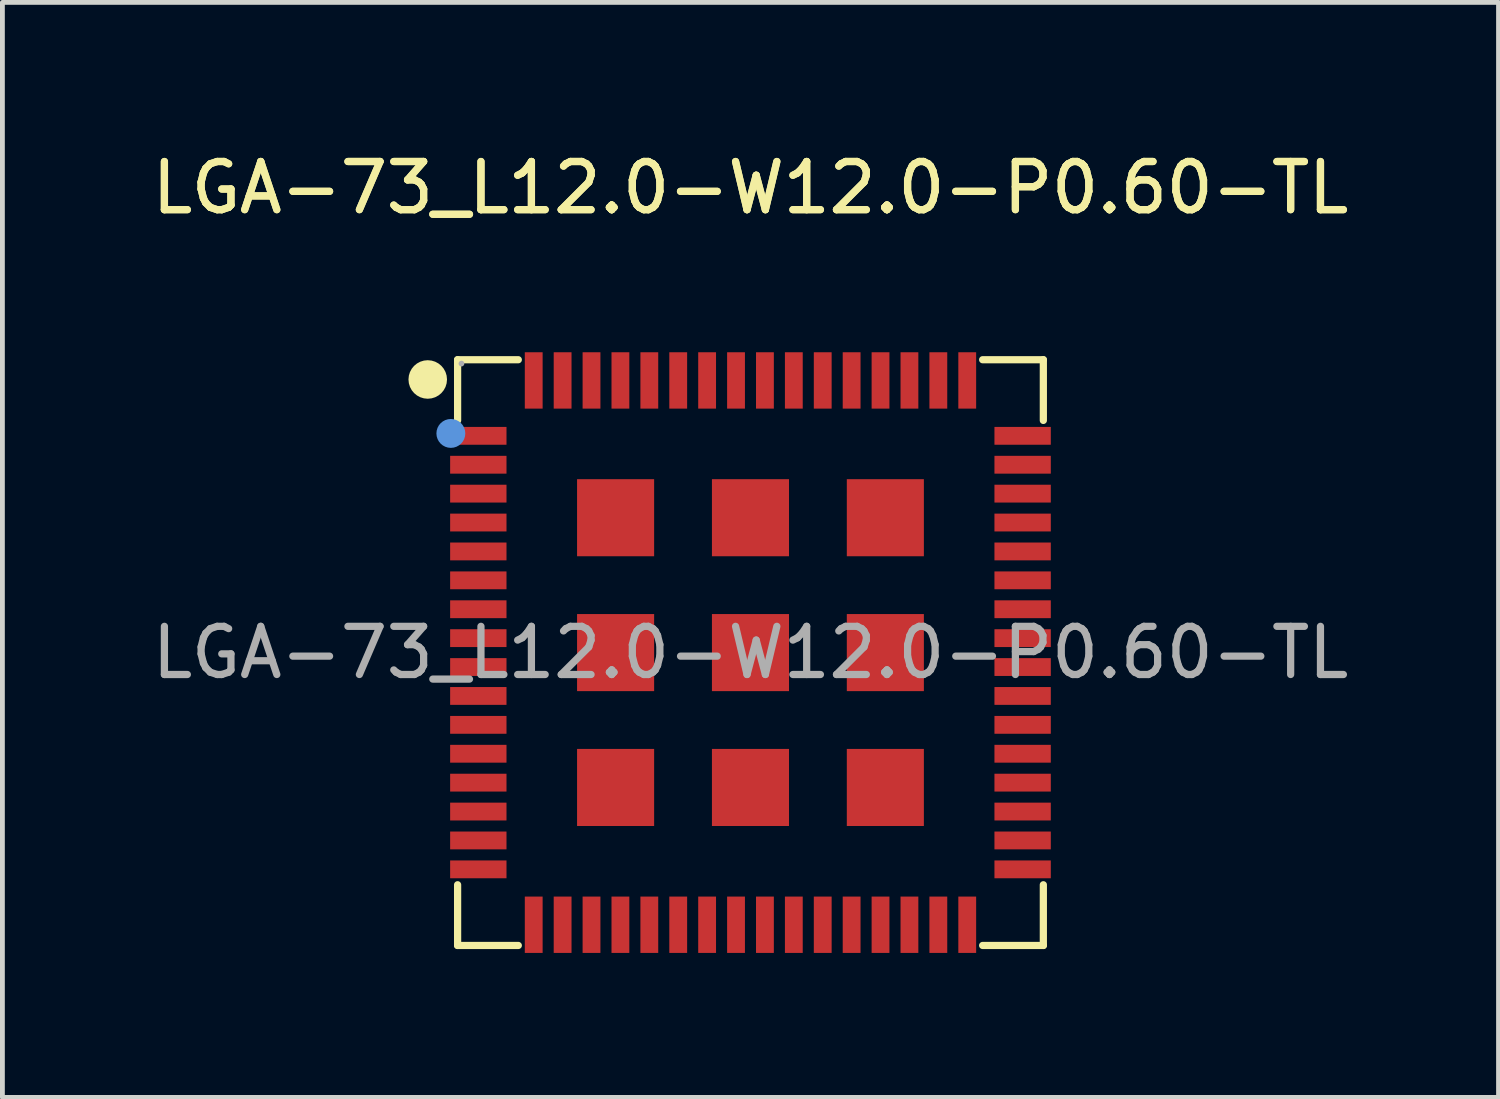
<source format=kicad_pcb>
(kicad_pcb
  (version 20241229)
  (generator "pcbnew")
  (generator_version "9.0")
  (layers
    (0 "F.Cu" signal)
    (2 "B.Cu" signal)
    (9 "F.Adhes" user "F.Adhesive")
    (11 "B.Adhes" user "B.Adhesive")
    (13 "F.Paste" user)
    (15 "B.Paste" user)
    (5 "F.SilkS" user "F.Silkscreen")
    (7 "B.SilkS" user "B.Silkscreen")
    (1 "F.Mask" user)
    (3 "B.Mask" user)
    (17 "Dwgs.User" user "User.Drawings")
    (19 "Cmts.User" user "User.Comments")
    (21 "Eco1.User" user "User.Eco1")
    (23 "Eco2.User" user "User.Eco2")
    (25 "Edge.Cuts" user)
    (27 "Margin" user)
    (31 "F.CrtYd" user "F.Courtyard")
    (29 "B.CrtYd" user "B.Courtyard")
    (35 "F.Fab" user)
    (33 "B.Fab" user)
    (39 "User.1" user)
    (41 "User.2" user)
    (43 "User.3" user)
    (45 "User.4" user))
  (footprint "LGA-73_L12.0-W12.0-P0.60-TL"
    (layer "F.Cu")
    (at 12.53 10.498)
    (property "Reference" "LGA-73_L12.0-W12.0-P0.60-TL" (at 0 -9.65 0) (layer "F.SilkS") (effects (font (size 1 1) (thickness 0.15))))
    (attr through_hole)
    (fp_line (start -6.08 -6.08) (end -4.82 -6.08) (stroke (width 0.15) (type solid)) (layer "F.SilkS"))
    (fp_line (start -6.08 -4.82) (end -6.08 -6.08) (stroke (width 0.15) (type solid)) (layer "F.SilkS"))
    (fp_line (start -6.08 4.82) (end -6.08 6.08) (stroke (width 0.15) (type solid)) (layer "F.SilkS"))
    (fp_line (start -6.08 6.08) (end -4.82 6.08) (stroke (width 0.15) (type solid)) (layer "F.SilkS"))
    (fp_line (start 6.08 -6.08) (end 4.82 -6.08) (stroke (width 0.15) (type solid)) (layer "F.SilkS"))
    (fp_line (start 6.08 -4.82) (end 6.08 -6.08) (stroke (width 0.15) (type solid)) (layer "F.SilkS"))
    (fp_line (start 6.08 4.82) (end 6.08 6.08) (stroke (width 0.15) (type solid)) (layer "F.SilkS"))
    (fp_line (start 6.08 6.08) (end 4.82 6.08) (stroke (width 0.15) (type solid)) (layer "F.SilkS"))
    (fp_circle (center -6.7 -5.67) (end -6.5 -5.67) (stroke (width 0.4) (type solid)) (fill no) (layer "F.SilkS"))
    (fp_circle (center -6.22 -4.55) (end -6.07 -4.55) (stroke (width 0.3) (type solid)) (fill no) (layer "Cmts.User"))
    (fp_circle (center -6 -6) (end -5.97 -6) (stroke (width 0.06) (type solid)) (fill no) (layer "F.Fab"))
    (fp_text user "${REFERENCE}" (at 0 -9.65 0) (layer "F.SilkS") (effects (font (size 1 1) (thickness 0.15))))
    (fp_text user "${REFERENCE}" (at 0 0 0) (layer "F.Fab") (effects (font (size 1 1) (thickness 0.15))))
    (pad "1" smd rect (at -5.65 -4.5) (size 1.17 0.37) (layers "F.Cu" "F.Mask" "F.Paste"))
    (pad "2" smd rect (at -5.65 -3.9) (size 1.17 0.37) (layers "F.Cu" "F.Mask" "F.Paste"))
    (pad "3" smd rect (at -5.65 -3.3) (size 1.17 0.37) (layers "F.Cu" "F.Mask" "F.Paste"))
    (pad "4" smd rect (at -5.65 -2.7) (size 1.17 0.37) (layers "F.Cu" "F.Mask" "F.Paste"))
    (pad "5" smd rect (at -5.65 -2.1) (size 1.17 0.37) (layers "F.Cu" "F.Mask" "F.Paste"))
    (pad "6" smd rect (at -5.65 -1.5) (size 1.17 0.37) (layers "F.Cu" "F.Mask" "F.Paste"))
    (pad "7" smd rect (at -5.65 -0.9) (size 1.17 0.37) (layers "F.Cu" "F.Mask" "F.Paste"))
    (pad "8" smd rect (at -5.65 -0.3) (size 1.17 0.37) (layers "F.Cu" "F.Mask" "F.Paste"))
    (pad "9" smd rect (at -5.65 0.3) (size 1.17 0.37) (layers "F.Cu" "F.Mask" "F.Paste"))
    (pad "10" smd rect (at -5.65 0.9) (size 1.17 0.37) (layers "F.Cu" "F.Mask" "F.Paste"))
    (pad "11" smd rect (at -5.65 1.5) (size 1.17 0.37) (layers "F.Cu" "F.Mask" "F.Paste"))
    (pad "12" smd rect (at -5.65 2.1) (size 1.17 0.37) (layers "F.Cu" "F.Mask" "F.Paste"))
    (pad "13" smd rect (at -5.65 2.7) (size 1.17 0.37) (layers "F.Cu" "F.Mask" "F.Paste"))
    (pad "14" smd rect (at -5.65 3.3) (size 1.17 0.37) (layers "F.Cu" "F.Mask" "F.Paste"))
    (pad "15" smd rect (at -5.65 3.9) (size 1.17 0.37) (layers "F.Cu" "F.Mask" "F.Paste"))
    (pad "16" smd rect (at -5.65 4.5) (size 1.17 0.37) (layers "F.Cu" "F.Mask" "F.Paste"))
    (pad "17" smd rect (at -4.5 5.65) (size 0.37 1.17) (layers "F.Cu" "F.Mask" "F.Paste"))
    (pad "18" smd rect (at -3.9 5.65) (size 0.37 1.17) (layers "F.Cu" "F.Mask" "F.Paste"))
    (pad "19" smd rect (at -3.3 5.65) (size 0.37 1.17) (layers "F.Cu" "F.Mask" "F.Paste"))
    (pad "20" smd rect (at -2.7 5.65) (size 0.37 1.17) (layers "F.Cu" "F.Mask" "F.Paste"))
    (pad "21" smd rect (at -2.1 5.65) (size 0.37 1.17) (layers "F.Cu" "F.Mask" "F.Paste"))
    (pad "22" smd rect (at -1.5 5.65) (size 0.37 1.17) (layers "F.Cu" "F.Mask" "F.Paste"))
    (pad "23" smd rect (at -0.9 5.65) (size 0.37 1.17) (layers "F.Cu" "F.Mask" "F.Paste"))
    (pad "24" smd rect (at -0.3 5.65) (size 0.37 1.17) (layers "F.Cu" "F.Mask" "F.Paste"))
    (pad "25" smd rect (at 0.3 5.65) (size 0.37 1.17) (layers "F.Cu" "F.Mask" "F.Paste"))
    (pad "26" smd rect (at 0.9 5.65) (size 0.37 1.17) (layers "F.Cu" "F.Mask" "F.Paste"))
    (pad "27" smd rect (at 1.5 5.65) (size 0.37 1.17) (layers "F.Cu" "F.Mask" "F.Paste"))
    (pad "28" smd rect (at 2.1 5.65) (size 0.37 1.17) (layers "F.Cu" "F.Mask" "F.Paste"))
    (pad "29" smd rect (at 2.7 5.65) (size 0.37 1.17) (layers "F.Cu" "F.Mask" "F.Paste"))
    (pad "30" smd rect (at 3.3 5.65) (size 0.37 1.17) (layers "F.Cu" "F.Mask" "F.Paste"))
    (pad "31" smd rect (at 3.9 5.65) (size 0.37 1.17) (layers "F.Cu" "F.Mask" "F.Paste"))
    (pad "32" smd rect (at 4.5 5.65) (size 0.37 1.17) (layers "F.Cu" "F.Mask" "F.Paste"))
    (pad "33" smd rect (at 5.65 4.5) (size 1.17 0.37) (layers "F.Cu" "F.Mask" "F.Paste"))
    (pad "34" smd rect (at 5.65 3.9) (size 1.17 0.37) (layers "F.Cu" "F.Mask" "F.Paste"))
    (pad "35" smd rect (at 5.65 3.3) (size 1.17 0.37) (layers "F.Cu" "F.Mask" "F.Paste"))
    (pad "36" smd rect (at 5.65 2.7) (size 1.17 0.37) (layers "F.Cu" "F.Mask" "F.Paste"))
    (pad "37" smd rect (at 5.65 2.1) (size 1.17 0.37) (layers "F.Cu" "F.Mask" "F.Paste"))
    (pad "38" smd rect (at 5.65 1.5) (size 1.17 0.37) (layers "F.Cu" "F.Mask" "F.Paste"))
    (pad "39" smd rect (at 5.65 0.9) (size 1.17 0.37) (layers "F.Cu" "F.Mask" "F.Paste"))
    (pad "40" smd rect (at 5.65 0.3) (size 1.17 0.37) (layers "F.Cu" "F.Mask" "F.Paste"))
    (pad "41" smd rect (at 5.65 -0.3) (size 1.17 0.37) (layers "F.Cu" "F.Mask" "F.Paste"))
    (pad "42" smd rect (at 5.65 -0.9) (size 1.17 0.37) (layers "F.Cu" "F.Mask" "F.Paste"))
    (pad "43" smd rect (at 5.65 -1.5) (size 1.17 0.37) (layers "F.Cu" "F.Mask" "F.Paste"))
    (pad "44" smd rect (at 5.65 -2.1) (size 1.17 0.37) (layers "F.Cu" "F.Mask" "F.Paste"))
    (pad "45" smd rect (at 5.65 -2.7) (size 1.17 0.37) (layers "F.Cu" "F.Mask" "F.Paste"))
    (pad "46" smd rect (at 5.65 -3.3) (size 1.17 0.37) (layers "F.Cu" "F.Mask" "F.Paste"))
    (pad "47" smd rect (at 5.65 -3.9) (size 1.17 0.37) (layers "F.Cu" "F.Mask" "F.Paste"))
    (pad "48" smd rect (at 5.65 -4.5) (size 1.17 0.37) (layers "F.Cu" "F.Mask" "F.Paste"))
    (pad "49" smd rect (at 4.5 -5.65) (size 0.37 1.17) (layers "F.Cu" "F.Mask" "F.Paste"))
    (pad "50" smd rect (at 3.9 -5.65) (size 0.37 1.17) (layers "F.Cu" "F.Mask" "F.Paste"))
    (pad "51" smd rect (at 3.3 -5.65) (size 0.37 1.17) (layers "F.Cu" "F.Mask" "F.Paste"))
    (pad "52" smd rect (at 2.7 -5.65) (size 0.37 1.17) (layers "F.Cu" "F.Mask" "F.Paste"))
    (pad "53" smd rect (at 2.1 -5.65) (size 0.37 1.17) (layers "F.Cu" "F.Mask" "F.Paste"))
    (pad "54" smd rect (at 1.5 -5.65) (size 0.37 1.17) (layers "F.Cu" "F.Mask" "F.Paste"))
    (pad "55" smd rect (at 0.9 -5.65) (size 0.37 1.17) (layers "F.Cu" "F.Mask" "F.Paste"))
    (pad "56" smd rect (at 0.3 -5.65) (size 0.37 1.17) (layers "F.Cu" "F.Mask" "F.Paste"))
    (pad "57" smd rect (at -0.3 -5.65) (size 0.37 1.17) (layers "F.Cu" "F.Mask" "F.Paste"))
    (pad "58" smd rect (at -0.9 -5.65) (size 0.37 1.17) (layers "F.Cu" "F.Mask" "F.Paste"))
    (pad "59" smd rect (at -1.5 -5.65) (size 0.37 1.17) (layers "F.Cu" "F.Mask" "F.Paste"))
    (pad "60" smd rect (at -2.1 -5.65) (size 0.37 1.17) (layers "F.Cu" "F.Mask" "F.Paste"))
    (pad "61" smd rect (at -2.7 -5.65) (size 0.37 1.17) (layers "F.Cu" "F.Mask" "F.Paste"))
    (pad "62" smd rect (at -3.3 -5.65) (size 0.37 1.17) (layers "F.Cu" "F.Mask" "F.Paste"))
    (pad "63" smd rect (at -3.9 -5.65) (size 0.37 1.17) (layers "F.Cu" "F.Mask" "F.Paste"))
    (pad "64" smd rect (at -4.5 -5.65) (size 0.37 1.17) (layers "F.Cu" "F.Mask" "F.Paste"))
    (pad "65" smd rect (at -2.8 -2.8) (size 1.6 1.6) (layers "F.Cu" "F.Mask" "F.Paste"))
    (pad "66" smd rect (at 0 -2.8) (size 1.6 1.6) (layers "F.Cu" "F.Mask" "F.Paste"))
    (pad "67" smd rect (at 2.8 -2.8) (size 1.6 1.6) (layers "F.Cu" "F.Mask" "F.Paste"))
    (pad "68" smd rect (at -2.8 0) (size 1.6 1.6) (layers "F.Cu" "F.Mask" "F.Paste"))
    (pad "69" smd rect (at 0 0) (size 1.6 1.6) (layers "F.Cu" "F.Mask" "F.Paste"))
    (pad "70" smd rect (at 2.8 0) (size 1.6 1.6) (layers "F.Cu" "F.Mask" "F.Paste"))
    (pad "71" smd rect (at -2.8 2.8) (size 1.6 1.6) (layers "F.Cu" "F.Mask" "F.Paste"))
    (pad "72" smd rect (at 0 2.8) (size 1.6 1.6) (layers "F.Cu" "F.Mask" "F.Paste"))
    (pad "73" smd rect (at 2.8 2.8) (size 1.6 1.6) (layers "F.Cu" "F.Mask" "F.Paste")))
  (gr_rect
    (start -3 -3)
    (end 28.06 19.733)
    (stroke (width 0.1) (type default))
    (fill no)
    (layer "Edge.Cuts")))
</source>
